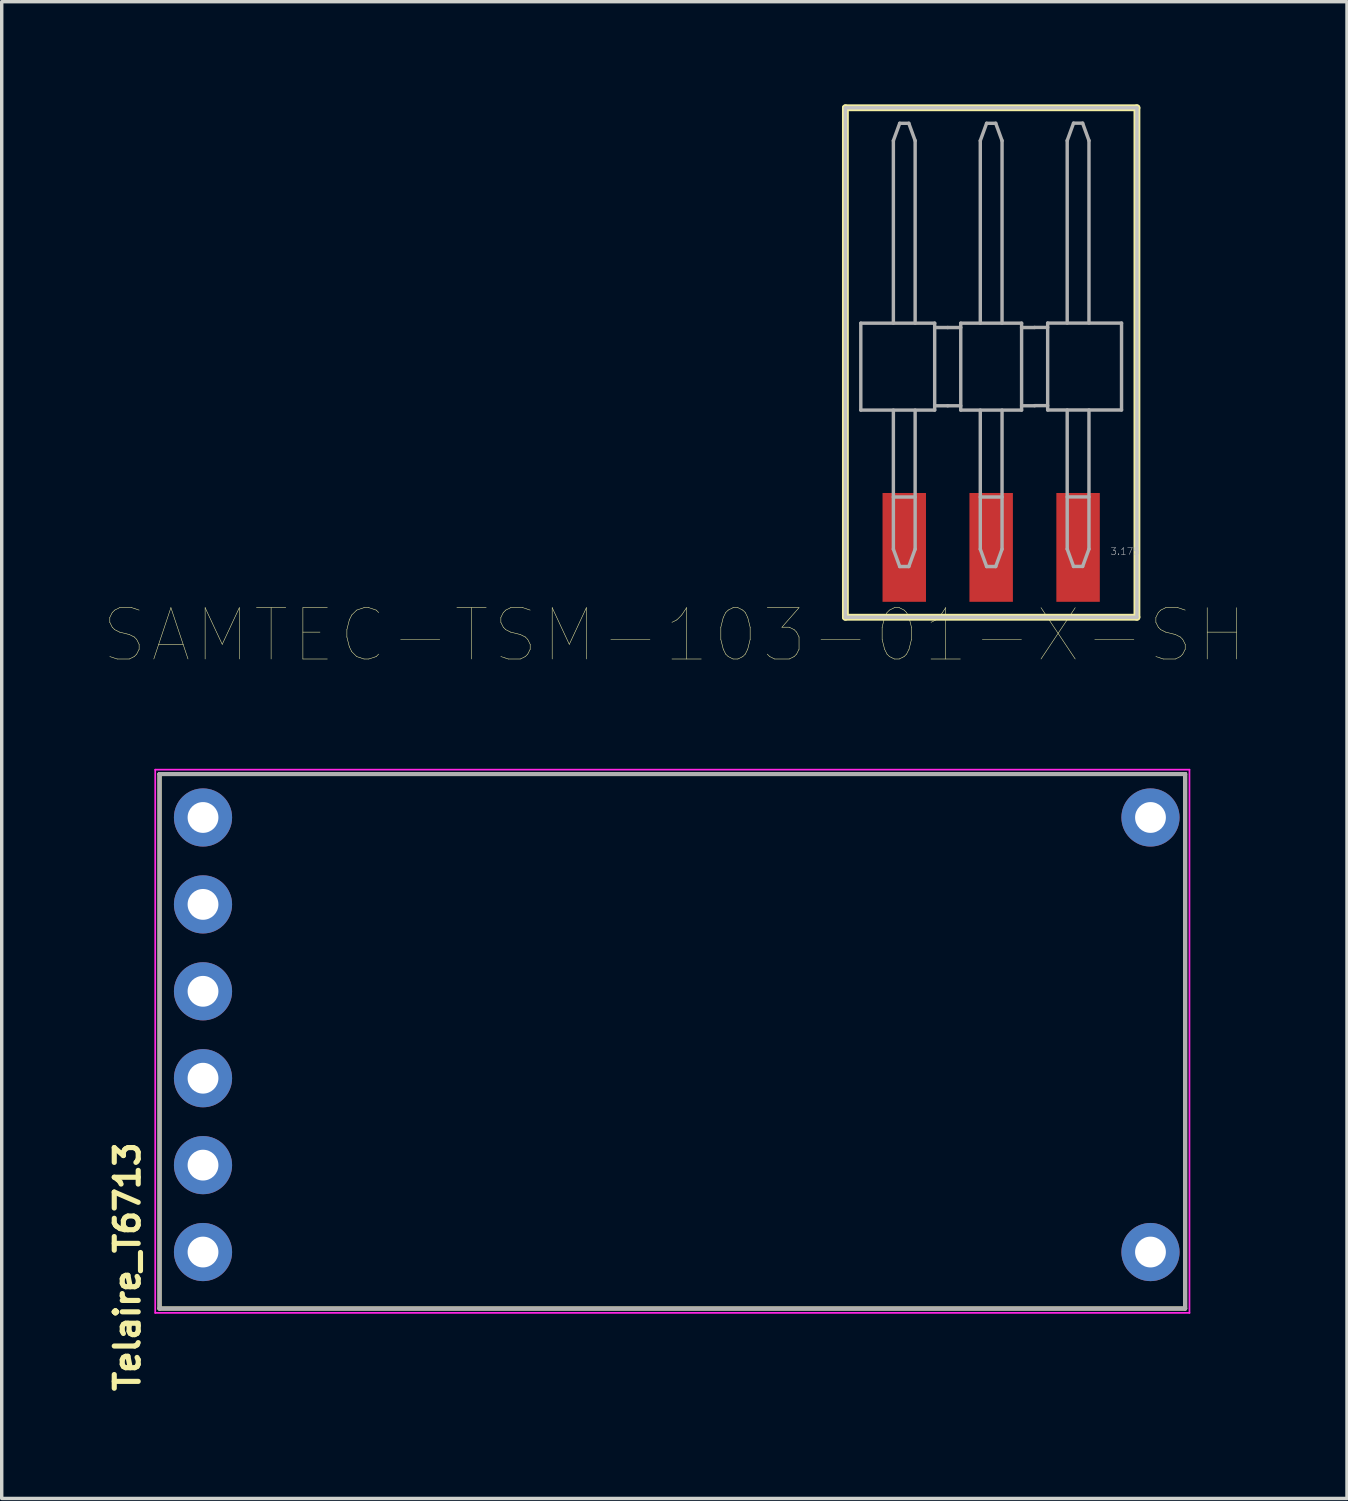
<source format=kicad_pcb>
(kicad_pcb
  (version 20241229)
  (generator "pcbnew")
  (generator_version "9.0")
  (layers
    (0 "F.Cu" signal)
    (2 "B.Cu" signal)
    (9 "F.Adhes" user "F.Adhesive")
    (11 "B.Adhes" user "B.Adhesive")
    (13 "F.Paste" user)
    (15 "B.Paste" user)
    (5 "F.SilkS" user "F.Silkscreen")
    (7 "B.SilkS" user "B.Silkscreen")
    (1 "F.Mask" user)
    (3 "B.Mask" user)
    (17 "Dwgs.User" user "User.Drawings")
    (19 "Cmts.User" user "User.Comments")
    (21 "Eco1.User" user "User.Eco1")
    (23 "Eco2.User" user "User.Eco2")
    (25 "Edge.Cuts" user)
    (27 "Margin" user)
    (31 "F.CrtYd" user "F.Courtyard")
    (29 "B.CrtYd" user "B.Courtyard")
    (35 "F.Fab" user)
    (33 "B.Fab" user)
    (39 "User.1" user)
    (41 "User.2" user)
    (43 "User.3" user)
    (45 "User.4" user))
  (footprint "Telaire_T6713"
    (layer "F.Cu")
    (at 2.883 27.191)
    (property "Reference" "Telaire_T6713" (at -2.21 6.78 90) (layer "F.SilkS") (effects (font (size 0.7 0.7) (thickness 0.15))))
    (attr through_hole)
    (fp_line (start -1.27 -7.62) (end -1.27 8.001) (stroke (width 0.12) (type solid)) (layer "F.SilkS"))
    (fp_line (start -1.27 8.001) (end 28.702 8.001) (stroke (width 0.12) (type solid)) (layer "F.SilkS"))
    (fp_line (start 28.702 -7.62) (end -1.27 -7.62) (stroke (width 0.12) (type solid)) (layer "F.SilkS"))
    (fp_line (start 28.702 8.001) (end 28.702 -7.62) (stroke (width 0.12) (type solid)) (layer "F.SilkS"))
    (fp_line (start -1.397 -7.747) (end 28.829 -7.747) (stroke (width 0.05) (type solid)) (layer "F.CrtYd"))
    (fp_line (start -1.397 8.128) (end -1.397 -7.747) (stroke (width 0.05) (type solid)) (layer "F.CrtYd"))
    (fp_line (start 28.829 -7.747) (end 28.829 8.128) (stroke (width 0.05) (type solid)) (layer "F.CrtYd"))
    (fp_line (start 28.829 8.128) (end -1.397 8.128) (stroke (width 0.05) (type solid)) (layer "F.CrtYd"))
    (fp_line (start -1.27 -7.62) (end 28.702 -7.62) (stroke (width 0.12) (type solid)) (layer "F.Fab"))
    (fp_line (start -1.27 8.001) (end -1.27 -7.62) (stroke (width 0.12) (type solid)) (layer "F.Fab"))
    (fp_line (start 28.702 -7.62) (end 28.702 8.001) (stroke (width 0.12) (type solid)) (layer "F.Fab"))
    (fp_line (start 28.702 8.001) (end -1.27 8.001) (stroke (width 0.12) (type solid)) (layer "F.Fab"))
    (pad "" thru_hole circle (at 27.69 -6.35) (size 1.7 1.7) (drill 0.9) (layers "*.Cu" "*.Mask"))
    (pad "" thru_hole circle (at 27.69 6.35) (size 1.7 1.7) (drill 0.9) (layers "*.Cu" "*.Mask"))
    (pad "1" thru_hole circle (at 0 -6.35) (size 1.7 1.7) (drill 0.9) (layers "*.Cu" "*.Mask"))
    (pad "2" thru_hole circle (at 0 -3.81) (size 1.7 1.7) (drill 0.9) (layers "*.Cu" "*.Mask"))
    (pad "3" thru_hole circle (at 0 -1.27) (size 1.7 1.7) (drill 0.9) (layers "*.Cu" "*.Mask"))
    (pad "4" thru_hole circle (at 0 1.27) (size 1.7 1.7) (drill 0.9) (layers "*.Cu" "*.Mask"))
    (pad "5" thru_hole circle (at 0 3.81) (size 1.7 1.7) (drill 0.9) (layers "*.Cu" "*.Mask"))
    (pad "6" thru_hole circle (at 0 6.35) (size 1.7 1.7) (drill 0.9) (layers "*.Cu" "*.Mask")))
  (footprint "SAMTEC-TSM-103-01-X-SH"
    (layer "F.Cu")
    (at 25.917 7.665)
    (property "Reference" "SAMTEC-TSM-103-01-X-SH" (at -9.258 7.851 0) (layer "F.SilkS") (effects (font (size 1.5 1.5) (thickness 0.015))))
    (attr through_hole)
    (fp_poly (pts (xy -3.226 3.642) (xy -1.854 3.642) (xy -1.854 6.924) (xy -3.226 6.924)) (stroke (width 0.01) (type solid)) (fill yes) (layer "F.Mask"))
    (fp_poly (pts (xy -0.686 3.642) (xy 0.686 3.642) (xy 0.686 6.924) (xy -0.686 6.924)) (stroke (width 0.01) (type solid)) (fill yes) (layer "F.Mask"))
    (fp_poly (pts (xy 1.854 3.642) (xy 3.226 3.642) (xy 3.226 6.924) (xy 1.854 6.924)) (stroke (width 0.01) (type solid)) (fill yes) (layer "F.Mask"))
    (fp_line (start -4.26 -7.565) (end -4.26 7.324) (stroke (width 0.2) (type solid)) (layer "F.SilkS"))
    (fp_line (start -4.26 7.324) (end 4.26 7.324) (stroke (width 0.2) (type solid)) (layer "F.SilkS"))
    (fp_line (start 4.26 -7.565) (end -4.26 -7.565) (stroke (width 0.2) (type solid)) (layer "F.SilkS"))
    (fp_line (start 4.26 7.324) (end 4.26 -7.565) (stroke (width 0.2) (type solid)) (layer "F.SilkS"))
    (fp_poly (pts (xy -3.175 3.693) (xy -1.905 3.693) (xy -1.905 6.873) (xy -3.175 6.873)) (stroke (width 0.01) (type solid)) (fill yes) (layer "F.Paste"))
    (fp_poly (pts (xy -0.635 3.693) (xy 0.635 3.693) (xy 0.635 6.873) (xy -0.635 6.873)) (stroke (width 0.01) (type solid)) (fill yes) (layer "F.Paste"))
    (fp_poly (pts (xy 1.905 3.693) (xy 3.175 3.693) (xy 3.175 6.873) (xy 1.905 6.873)) (stroke (width 0.01) (type solid)) (fill yes) (layer "F.Paste"))
    (fp_line (start -4.26 -7.565) (end -4.26 7.324) (stroke (width 0.1) (type solid)) (layer "Dwgs.User"))
    (fp_line (start -4.26 7.324) (end 4.26 7.324) (stroke (width 0.1) (type solid)) (layer "Dwgs.User"))
    (fp_line (start 4.26 -7.565) (end -4.26 -7.565) (stroke (width 0.1) (type solid)) (layer "Dwgs.User"))
    (fp_line (start 4.26 7.324) (end 4.26 -7.565) (stroke (width 0.1) (type solid)) (layer "Dwgs.User"))
    (fp_line (start -3.81 -1.27) (end -3.81 1.27) (stroke (width 0.1) (type solid)) (layer "F.Fab"))
    (fp_line (start -3.81 -1.27) (end -1.651 -1.27) (stroke (width 0.1) (type solid)) (layer "F.Fab"))
    (fp_line (start -3.81 1.27) (end -1.651 1.27) (stroke (width 0.1) (type solid)) (layer "F.Fab"))
    (fp_line (start -2.858 -1.27) (end -2.858 -6.604) (stroke (width 0.1) (type solid)) (layer "F.Fab"))
    (fp_line (start -2.858 3.81) (end -2.222 3.81) (stroke (width 0.1) (type solid)) (layer "F.Fab"))
    (fp_line (start -2.858 5.334) (end -2.858 1.27) (stroke (width 0.1) (type solid)) (layer "F.Fab"))
    (fp_line (start -2.673 -7.112) (end -2.858 -6.604) (stroke (width 0.1) (type solid)) (layer "F.Fab"))
    (fp_line (start -2.673 -7.112) (end -2.407 -7.112) (stroke (width 0.1) (type solid)) (layer "F.Fab"))
    (fp_line (start -2.673 5.842) (end -2.858 5.334) (stroke (width 0.1) (type solid)) (layer "F.Fab"))
    (fp_line (start -2.673 5.842) (end -2.407 5.842) (stroke (width 0.1) (type solid)) (layer "F.Fab"))
    (fp_line (start -2.407 -7.112) (end -2.222 -6.604) (stroke (width 0.1) (type solid)) (layer "F.Fab"))
    (fp_line (start -2.407 5.842) (end -2.222 5.334) (stroke (width 0.1) (type solid)) (layer "F.Fab"))
    (fp_line (start -2.222 -1.27) (end -2.222 -6.604) (stroke (width 0.1) (type solid)) (layer "F.Fab"))
    (fp_line (start -2.222 5.334) (end -2.222 1.27) (stroke (width 0.1) (type solid)) (layer "F.Fab"))
    (fp_line (start -1.651 -1.27) (end -1.651 1.27) (stroke (width 0.1) (type solid)) (layer "F.Fab"))
    (fp_line (start -1.651 1.143) (end -1.27 1.143) (stroke (width 0.1) (type solid)) (layer "F.Fab"))
    (fp_line (start -1.27 -1.143) (end -1.651 -1.143) (stroke (width 0.1) (type solid)) (layer "F.Fab"))
    (fp_line (start -1.27 1.143) (end -0.889 1.143) (stroke (width 0.1) (type solid)) (layer "F.Fab"))
    (fp_line (start -0.889 -1.27) (end 0.889 -1.27) (stroke (width 0.1) (type solid)) (layer "F.Fab"))
    (fp_line (start -0.889 -1.143) (end -1.27 -1.143) (stroke (width 0.1) (type solid)) (layer "F.Fab"))
    (fp_line (start -0.889 1.27) (end -0.889 -1.27) (stroke (width 0.1) (type solid)) (layer "F.Fab"))
    (fp_line (start -0.889 1.27) (end 0.889 1.27) (stroke (width 0.1) (type solid)) (layer "F.Fab"))
    (fp_line (start -0.318 -6.604) (end -0.318 -1.27) (stroke (width 0.1) (type solid)) (layer "F.Fab"))
    (fp_line (start -0.318 1.27) (end -0.318 5.334) (stroke (width 0.1) (type solid)) (layer "F.Fab"))
    (fp_line (start -0.318 3.81) (end 0.318 3.81) (stroke (width 0.1) (type solid)) (layer "F.Fab"))
    (fp_line (start -0.133 -7.112) (end -0.318 -6.604) (stroke (width 0.1) (type solid)) (layer "F.Fab"))
    (fp_line (start -0.133 -7.112) (end 0.133 -7.112) (stroke (width 0.1) (type solid)) (layer "F.Fab"))
    (fp_line (start -0.133 5.842) (end -0.318 5.334) (stroke (width 0.1) (type solid)) (layer "F.Fab"))
    (fp_line (start -0.133 5.842) (end 0.133 5.842) (stroke (width 0.1) (type solid)) (layer "F.Fab"))
    (fp_line (start 0.133 -7.112) (end 0.318 -6.604) (stroke (width 0.1) (type solid)) (layer "F.Fab"))
    (fp_line (start 0.133 5.842) (end 0.318 5.334) (stroke (width 0.1) (type solid)) (layer "F.Fab"))
    (fp_line (start 0.318 -1.27) (end 0.318 -6.604) (stroke (width 0.1) (type solid)) (layer "F.Fab"))
    (fp_line (start 0.318 5.334) (end 0.318 1.27) (stroke (width 0.1) (type solid)) (layer "F.Fab"))
    (fp_line (start 0.889 -1.27) (end 0.889 1.27) (stroke (width 0.1) (type solid)) (layer "F.Fab"))
    (fp_line (start 0.889 1.143) (end 1.27 1.143) (stroke (width 0.1) (type solid)) (layer "F.Fab"))
    (fp_line (start 1.27 -1.143) (end 0.889 -1.143) (stroke (width 0.1) (type solid)) (layer "F.Fab"))
    (fp_line (start 1.27 1.14) (end 1.651 1.14) (stroke (width 0.1) (type solid)) (layer "F.Fab"))
    (fp_line (start 1.651 -1.273) (end 3.81 -1.273) (stroke (width 0.1) (type solid)) (layer "F.Fab"))
    (fp_line (start 1.651 -1.146) (end 1.27 -1.146) (stroke (width 0.1) (type solid)) (layer "F.Fab"))
    (fp_line (start 1.651 1.267) (end 1.651 -1.273) (stroke (width 0.1) (type solid)) (layer "F.Fab"))
    (fp_line (start 1.651 1.267) (end 3.81 1.267) (stroke (width 0.1) (type solid)) (layer "F.Fab"))
    (fp_line (start 2.222 -6.607) (end 2.222 -1.273) (stroke (width 0.1) (type solid)) (layer "F.Fab"))
    (fp_line (start 2.222 1.267) (end 2.222 5.331) (stroke (width 0.1) (type solid)) (layer "F.Fab"))
    (fp_line (start 2.222 3.807) (end 2.858 3.807) (stroke (width 0.1) (type solid)) (layer "F.Fab"))
    (fp_line (start 2.407 -7.115) (end 2.222 -6.607) (stroke (width 0.1) (type solid)) (layer "F.Fab"))
    (fp_line (start 2.407 -7.115) (end 2.673 -7.115) (stroke (width 0.1) (type solid)) (layer "F.Fab"))
    (fp_line (start 2.407 5.839) (end 2.222 5.331) (stroke (width 0.1) (type solid)) (layer "F.Fab"))
    (fp_line (start 2.407 5.839) (end 2.673 5.839) (stroke (width 0.1) (type solid)) (layer "F.Fab"))
    (fp_line (start 2.673 -7.115) (end 2.858 -6.607) (stroke (width 0.1) (type solid)) (layer "F.Fab"))
    (fp_line (start 2.673 5.839) (end 2.858 5.331) (stroke (width 0.1) (type solid)) (layer "F.Fab"))
    (fp_line (start 2.858 -1.273) (end 2.858 -6.607) (stroke (width 0.1) (type solid)) (layer "F.Fab"))
    (fp_line (start 2.858 5.331) (end 2.858 1.267) (stroke (width 0.1) (type solid)) (layer "F.Fab"))
    (fp_line (start 3.81 -1.273) (end 3.81 1.267) (stroke (width 0.1) (type solid)) (layer "F.Fab"))
    (fp_text user "3.175" (at 3.912 5.398 0) (layer "Dwgs.User") (effects (font (size 0.2 0.2) (thickness 0.015))))
    (pad "1" smd rect (at -2.54 5.283) (size 1.27 3.18) (layers "F.Cu" "F.Paste"))
    (pad "2" smd rect (at 0 5.283) (size 1.27 3.18) (layers "F.Cu" "F.Paste"))
    (pad "3" smd rect (at 2.54 5.283) (size 1.27 3.18) (layers "F.Cu" "F.Paste")))
  (gr_rect
    (start -3 -3)
    (end 36.316 40.743)
    (stroke (width 0.1) (type default))
    (fill no)
    (layer "Edge.Cuts")))
</source>
